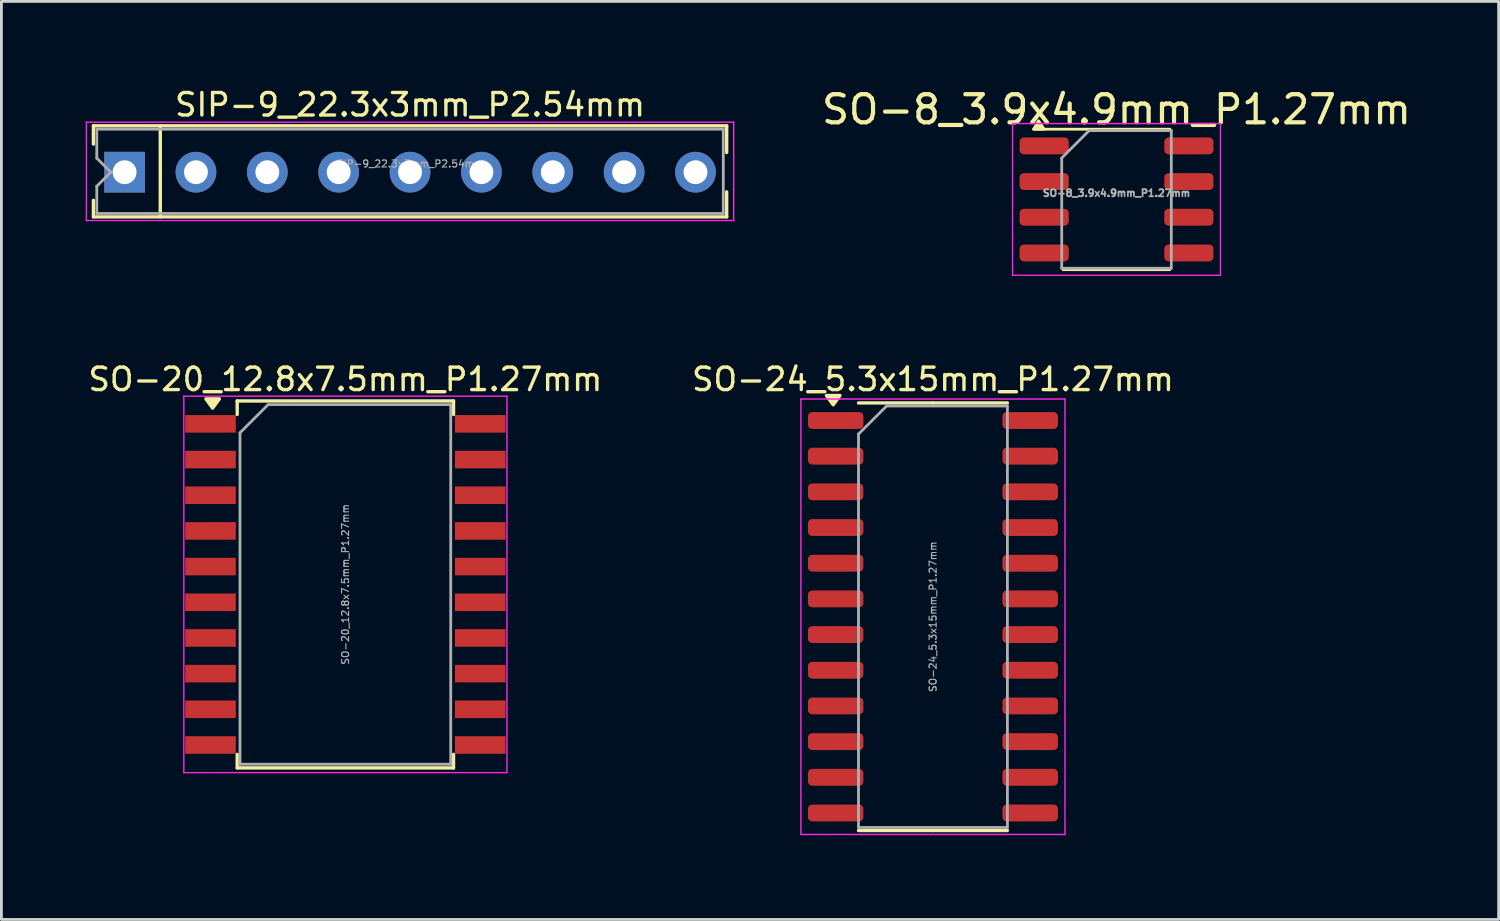
<source format=kicad_pcb>
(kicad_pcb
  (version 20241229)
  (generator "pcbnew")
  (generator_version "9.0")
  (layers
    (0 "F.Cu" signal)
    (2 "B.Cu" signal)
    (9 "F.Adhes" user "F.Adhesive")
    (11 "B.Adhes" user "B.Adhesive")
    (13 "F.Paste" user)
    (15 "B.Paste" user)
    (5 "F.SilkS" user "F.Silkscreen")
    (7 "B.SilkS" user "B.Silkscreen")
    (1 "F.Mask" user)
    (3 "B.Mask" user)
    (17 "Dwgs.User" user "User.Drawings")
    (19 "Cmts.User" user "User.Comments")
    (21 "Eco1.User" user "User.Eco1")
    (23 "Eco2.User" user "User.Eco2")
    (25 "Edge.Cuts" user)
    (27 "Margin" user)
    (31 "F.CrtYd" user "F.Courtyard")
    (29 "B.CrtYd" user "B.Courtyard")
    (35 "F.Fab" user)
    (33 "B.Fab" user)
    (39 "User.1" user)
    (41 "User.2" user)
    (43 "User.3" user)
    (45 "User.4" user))
  (footprint "SO-8_3.9x4.9mm_P1.27mm"
    (layer "F.Cu")
    (at 36.691 4.048)
    (property "Reference" "SO-8_3.9x4.9mm_P1.27mm" (at 0 -3.2 0) (layer "F.SilkS") (effects (font (size 1 1) (thickness 0.15))))
    (attr smd)
    (fp_line (start -1.9 2.5) (end 1.9 2.5) (stroke (width 0.1) (type solid)) (layer "F.SilkS"))
    (fp_line (start 0 -2.5) (end -2.95 -2.5) (stroke (width 0.1) (type solid)) (layer "F.SilkS"))
    (fp_line (start 0 -2.5) (end 1.9 -2.5) (stroke (width 0.1) (type solid)) (layer "F.SilkS"))
    (fp_poly (pts (xy -2.95 -2.5) (xy -2.775 -2.8) (xy -2.575 -2.5)) (stroke (width 0.1) (type solid)) (fill yes) (layer "F.SilkS"))
    (fp_line (start -3.7 -2.7) (end -3.7 2.7) (stroke (width 0.05) (type solid)) (layer "F.CrtYd"))
    (fp_line (start -3.7 2.7) (end 3.7 2.7) (stroke (width 0.05) (type solid)) (layer "F.CrtYd"))
    (fp_line (start 3.7 -2.7) (end -3.7 -2.7) (stroke (width 0.05) (type solid)) (layer "F.CrtYd"))
    (fp_line (start 3.7 2.7) (end 3.7 -2.7) (stroke (width 0.05) (type solid)) (layer "F.CrtYd"))
    (fp_line (start -1.95 -1.475) (end -0.975 -2.45) (stroke (width 0.1) (type solid)) (layer "F.Fab"))
    (fp_line (start -1.95 2.45) (end -1.95 -1.475) (stroke (width 0.1) (type solid)) (layer "F.Fab"))
    (fp_line (start -0.975 -2.45) (end 1.95 -2.45) (stroke (width 0.1) (type solid)) (layer "F.Fab"))
    (fp_line (start 1.95 -2.45) (end 1.95 2.45) (stroke (width 0.1) (type solid)) (layer "F.Fab"))
    (fp_line (start 1.95 2.45) (end -1.95 2.45) (stroke (width 0.1) (type solid)) (layer "F.Fab"))
    (fp_text user "${REFERENCE}" (at 0 -0.225 0) (layer "F.Fab") (effects (font (size 0.25 0.25) (thickness 0.062))))
    (pad "1" smd roundrect (at -2.575 -1.905) (size 1.75 0.6) (layers "F.Cu" "F.Mask" "F.Paste") (roundrect_rratio 0.25))
    (pad "2" smd roundrect (at -2.575 -0.635) (size 1.75 0.6) (layers "F.Cu" "F.Mask" "F.Paste") (roundrect_rratio 0.25))
    (pad "3" smd roundrect (at -2.575 0.635) (size 1.75 0.6) (layers "F.Cu" "F.Mask" "F.Paste") (roundrect_rratio 0.25))
    (pad "4" smd roundrect (at -2.575 1.905) (size 1.75 0.6) (layers "F.Cu" "F.Mask" "F.Paste") (roundrect_rratio 0.25))
    (pad "5" smd roundrect (at 2.575 1.905) (size 1.75 0.6) (layers "F.Cu" "F.Mask" "F.Paste") (roundrect_rratio 0.25))
    (pad "6" smd roundrect (at 2.575 0.635) (size 1.75 0.6) (layers "F.Cu" "F.Mask" "F.Paste") (roundrect_rratio 0.25))
    (pad "7" smd roundrect (at 2.575 -0.635) (size 1.75 0.6) (layers "F.Cu" "F.Mask" "F.Paste") (roundrect_rratio 0.25))
    (pad "8" smd roundrect (at 2.575 -1.905) (size 1.75 0.6) (layers "F.Cu" "F.Mask" "F.Paste") (roundrect_rratio 0.25)))
  (footprint "SO-24_5.3x15mm_P1.27mm"
    (layer "F.Cu")
    (at 30.157 18.902)
    (property "Reference" "SO-24_5.3x15mm_P1.27mm" (at 0 -8.45 0) (layer "F.SilkS") (effects (font (size 0.8 0.8) (thickness 0.12))))
    (attr smd)
    (fp_line (start 0 -7.61) (end -2.65 -7.61) (stroke (width 0.12) (type solid)) (layer "F.SilkS"))
    (fp_line (start 0 -7.61) (end 2.65 -7.61) (stroke (width 0.12) (type solid)) (layer "F.SilkS"))
    (fp_line (start 0 7.61) (end -2.65 7.61) (stroke (width 0.12) (type solid)) (layer "F.SilkS"))
    (fp_line (start 0 7.61) (end 2.65 7.61) (stroke (width 0.12) (type solid)) (layer "F.SilkS"))
    (fp_poly (pts (xy -3.55 -7.545) (xy -3.79 -7.875) (xy -3.31 -7.875) (xy -3.55 -7.545)) (stroke (width 0.12) (type solid)) (fill yes) (layer "F.SilkS"))
    (fp_line (start -4.7 -7.75) (end -4.7 7.75) (stroke (width 0.05) (type solid)) (layer "F.CrtYd"))
    (fp_line (start -4.7 7.75) (end 4.7 7.75) (stroke (width 0.05) (type solid)) (layer "F.CrtYd"))
    (fp_line (start 4.7 -7.75) (end -4.7 -7.75) (stroke (width 0.05) (type solid)) (layer "F.CrtYd"))
    (fp_line (start 4.7 7.75) (end 4.7 -7.75) (stroke (width 0.05) (type solid)) (layer "F.CrtYd"))
    (fp_line (start -2.65 -6.5) (end -1.65 -7.5) (stroke (width 0.1) (type solid)) (layer "F.Fab"))
    (fp_line (start -2.65 7.5) (end -2.65 -6.5) (stroke (width 0.1) (type solid)) (layer "F.Fab"))
    (fp_line (start -1.65 -7.5) (end 2.65 -7.5) (stroke (width 0.1) (type solid)) (layer "F.Fab"))
    (fp_line (start 2.65 -7.5) (end 2.65 7.5) (stroke (width 0.1) (type solid)) (layer "F.Fab"))
    (fp_line (start 2.65 7.5) (end -2.65 7.5) (stroke (width 0.1) (type solid)) (layer "F.Fab"))
    (fp_text user "${REFERENCE}" (at 0 0 90) (layer "F.Fab") (effects (font (size 0.25 0.25) (thickness 0.04))))
    (pad "1" smd roundrect (at -3.462 -6.985) (size 1.975 0.6) (layers "F.Cu" "F.Mask" "F.Paste") (roundrect_rratio 0.25))
    (pad "2" smd roundrect (at -3.462 -5.715) (size 1.975 0.6) (layers "F.Cu" "F.Mask" "F.Paste") (roundrect_rratio 0.25))
    (pad "3" smd roundrect (at -3.462 -4.445) (size 1.975 0.6) (layers "F.Cu" "F.Mask" "F.Paste") (roundrect_rratio 0.25))
    (pad "4" smd roundrect (at -3.462 -3.175) (size 1.975 0.6) (layers "F.Cu" "F.Mask" "F.Paste") (roundrect_rratio 0.25))
    (pad "5" smd roundrect (at -3.462 -1.905) (size 1.975 0.6) (layers "F.Cu" "F.Mask" "F.Paste") (roundrect_rratio 0.25))
    (pad "6" smd roundrect (at -3.462 -0.635) (size 1.975 0.6) (layers "F.Cu" "F.Mask" "F.Paste") (roundrect_rratio 0.25))
    (pad "7" smd roundrect (at -3.462 0.635) (size 1.975 0.6) (layers "F.Cu" "F.Mask" "F.Paste") (roundrect_rratio 0.25))
    (pad "8" smd roundrect (at -3.462 1.905) (size 1.975 0.6) (layers "F.Cu" "F.Mask" "F.Paste") (roundrect_rratio 0.25))
    (pad "9" smd roundrect (at -3.462 3.175) (size 1.975 0.6) (layers "F.Cu" "F.Mask" "F.Paste") (roundrect_rratio 0.25))
    (pad "10" smd roundrect (at -3.462 4.445) (size 1.975 0.6) (layers "F.Cu" "F.Mask" "F.Paste") (roundrect_rratio 0.25))
    (pad "11" smd roundrect (at -3.462 5.715) (size 1.975 0.6) (layers "F.Cu" "F.Mask" "F.Paste") (roundrect_rratio 0.25))
    (pad "12" smd roundrect (at -3.462 6.985) (size 1.975 0.6) (layers "F.Cu" "F.Mask" "F.Paste") (roundrect_rratio 0.25))
    (pad "13" smd roundrect (at 3.462 6.985) (size 1.975 0.6) (layers "F.Cu" "F.Mask" "F.Paste") (roundrect_rratio 0.25))
    (pad "14" smd roundrect (at 3.462 5.715) (size 1.975 0.6) (layers "F.Cu" "F.Mask" "F.Paste") (roundrect_rratio 0.25))
    (pad "15" smd roundrect (at 3.462 4.445) (size 1.975 0.6) (layers "F.Cu" "F.Mask" "F.Paste") (roundrect_rratio 0.25))
    (pad "16" smd roundrect (at 3.462 3.175) (size 1.975 0.6) (layers "F.Cu" "F.Mask" "F.Paste") (roundrect_rratio 0.25))
    (pad "17" smd roundrect (at 3.462 1.905) (size 1.975 0.6) (layers "F.Cu" "F.Mask" "F.Paste") (roundrect_rratio 0.25))
    (pad "18" smd roundrect (at 3.462 0.635) (size 1.975 0.6) (layers "F.Cu" "F.Mask" "F.Paste") (roundrect_rratio 0.25))
    (pad "19" smd roundrect (at 3.462 -0.635) (size 1.975 0.6) (layers "F.Cu" "F.Mask" "F.Paste") (roundrect_rratio 0.25))
    (pad "20" smd roundrect (at 3.462 -1.905) (size 1.975 0.6) (layers "F.Cu" "F.Mask" "F.Paste") (roundrect_rratio 0.25))
    (pad "21" smd roundrect (at 3.462 -3.175) (size 1.975 0.6) (layers "F.Cu" "F.Mask" "F.Paste") (roundrect_rratio 0.25))
    (pad "22" smd roundrect (at 3.462 -4.445) (size 1.975 0.6) (layers "F.Cu" "F.Mask" "F.Paste") (roundrect_rratio 0.25))
    (pad "23" smd roundrect (at 3.462 -5.715) (size 1.975 0.6) (layers "F.Cu" "F.Mask" "F.Paste") (roundrect_rratio 0.25))
    (pad "24" smd roundrect (at 3.462 -6.985) (size 1.975 0.6) (layers "F.Cu" "F.Mask" "F.Paste") (roundrect_rratio 0.25)))
  (footprint "SO-20_12.8x7.5mm_P1.27mm"
    (layer "F.Cu")
    (at 9.243 17.752)
    (property "Reference" "SO-20_12.8x7.5mm_P1.27mm" (at 0 -7.3 0) (layer "F.SilkS") (effects (font (size 0.8 0.8) (thickness 0.12))))
    (attr smd)
    (fp_line (start -3.85 -6.53) (end 3.85 -6.53) (stroke (width 0.12) (type solid)) (layer "F.SilkS"))
    (fp_line (start -3.85 -6.05) (end -3.85 -6.53) (stroke (width 0.12) (type solid)) (layer "F.SilkS"))
    (fp_line (start -3.85 6.53) (end -3.85 6.05) (stroke (width 0.12) (type solid)) (layer "F.SilkS"))
    (fp_line (start -3.85 6.53) (end 3.85 6.53) (stroke (width 0.12) (type solid)) (layer "F.SilkS"))
    (fp_line (start 3.85 -6.05) (end 3.85 -6.53) (stroke (width 0.12) (type solid)) (layer "F.SilkS"))
    (fp_line (start 3.85 6.05) (end 3.85 6.53) (stroke (width 0.12) (type solid)) (layer "F.SilkS"))
    (fp_poly (pts (xy -4.725 -6.275) (xy -4.965 -6.605) (xy -4.485 -6.605) (xy -4.725 -6.275)) (stroke (width 0.12) (type solid)) (fill yes) (layer "F.SilkS"))
    (fp_line (start -5.75 -6.7) (end 5.75 -6.7) (stroke (width 0.05) (type solid)) (layer "F.CrtYd"))
    (fp_line (start -5.75 6.7) (end -5.75 -6.7) (stroke (width 0.05) (type solid)) (layer "F.CrtYd"))
    (fp_line (start 5.75 -6.7) (end 5.75 6.7) (stroke (width 0.05) (type solid)) (layer "F.CrtYd"))
    (fp_line (start 5.75 6.7) (end -5.75 6.7) (stroke (width 0.05) (type solid)) (layer "F.CrtYd"))
    (fp_line (start -3.75 -5.4) (end -2.75 -6.4) (stroke (width 0.1) (type solid)) (layer "F.Fab"))
    (fp_line (start -3.75 6.4) (end -3.75 -5.4) (stroke (width 0.1) (type solid)) (layer "F.Fab"))
    (fp_line (start -2.75 -6.4) (end 3.75 -6.4) (stroke (width 0.1) (type solid)) (layer "F.Fab"))
    (fp_line (start 3.75 -6.4) (end 3.75 6.4) (stroke (width 0.1) (type solid)) (layer "F.Fab"))
    (fp_line (start 3.75 6.4) (end -3.75 6.4) (stroke (width 0.1) (type solid)) (layer "F.Fab"))
    (fp_text user "${REFERENCE}" (at 0 0 90) (layer "F.Fab") (effects (font (size 0.25 0.25) (thickness 0.04))))
    (pad "1" smd rect (at -4.8 -5.715) (size 1.8 0.625) (layers "F.Cu" "F.Mask" "F.Paste"))
    (pad "2" smd rect (at -4.8 -4.445) (size 1.8 0.625) (layers "F.Cu" "F.Mask" "F.Paste"))
    (pad "3" smd rect (at -4.8 -3.175) (size 1.8 0.625) (layers "F.Cu" "F.Mask" "F.Paste"))
    (pad "4" smd rect (at -4.8 -1.905) (size 1.8 0.625) (layers "F.Cu" "F.Mask" "F.Paste"))
    (pad "5" smd rect (at -4.8 -0.635) (size 1.8 0.625) (layers "F.Cu" "F.Mask" "F.Paste"))
    (pad "6" smd rect (at -4.8 0.635) (size 1.8 0.625) (layers "F.Cu" "F.Mask" "F.Paste"))
    (pad "7" smd rect (at -4.8 1.905) (size 1.8 0.625) (layers "F.Cu" "F.Mask" "F.Paste"))
    (pad "8" smd rect (at -4.8 3.175) (size 1.8 0.625) (layers "F.Cu" "F.Mask" "F.Paste"))
    (pad "9" smd rect (at -4.8 4.445) (size 1.8 0.625) (layers "F.Cu" "F.Mask" "F.Paste"))
    (pad "10" smd rect (at -4.8 5.715) (size 1.8 0.625) (layers "F.Cu" "F.Mask" "F.Paste"))
    (pad "11" smd rect (at 4.8 5.715) (size 1.8 0.625) (layers "F.Cu" "F.Mask" "F.Paste"))
    (pad "12" smd rect (at 4.8 4.445) (size 1.8 0.625) (layers "F.Cu" "F.Mask" "F.Paste"))
    (pad "13" smd rect (at 4.8 3.175) (size 1.8 0.625) (layers "F.Cu" "F.Mask" "F.Paste"))
    (pad "14" smd rect (at 4.8 1.905) (size 1.8 0.625) (layers "F.Cu" "F.Mask" "F.Paste"))
    (pad "15" smd rect (at 4.8 0.635) (size 1.8 0.625) (layers "F.Cu" "F.Mask" "F.Paste"))
    (pad "16" smd rect (at 4.8 -0.635) (size 1.8 0.625) (layers "F.Cu" "F.Mask" "F.Paste"))
    (pad "17" smd rect (at 4.8 -1.905) (size 1.8 0.625) (layers "F.Cu" "F.Mask" "F.Paste"))
    (pad "18" smd rect (at 4.8 -3.175) (size 1.8 0.625) (layers "F.Cu" "F.Mask" "F.Paste"))
    (pad "19" smd rect (at 4.8 -4.445) (size 1.8 0.625) (layers "F.Cu" "F.Mask" "F.Paste"))
    (pad "20" smd rect (at 4.8 -5.715) (size 1.8 0.625) (layers "F.Cu" "F.Mask" "F.Paste")))
  (footprint "SIP-9_22.3x3mm_P2.54mm"
    (layer "F.Cu")
    (at 1.385 3.079)
    (property "Reference" "SIP-9_22.3x3mm_P2.54mm" (at 10.16 -2.4 0) (layer "F.SilkS") (effects (font (size 0.8 0.8) (thickness 0.12))))
    (attr through_hole)
    (fp_line (start -1.11 -1.65) (end -1.11 -1) (stroke (width 0.12) (type solid)) (layer "F.SilkS"))
    (fp_line (start -1.11 1.59) (end -1.11 1) (stroke (width 0.12) (type solid)) (layer "F.SilkS"))
    (fp_line (start 1.27 1.59) (end 1.27 -1.65) (stroke (width 0.12) (type solid)) (layer "F.SilkS"))
    (fp_line (start 21.43 -1.65) (end -1.11 -1.65) (stroke (width 0.12) (type solid)) (layer "F.SilkS"))
    (fp_line (start 21.43 -1.65) (end 21.43 -0.7) (stroke (width 0.12) (type solid)) (layer "F.SilkS"))
    (fp_line (start 21.43 1.59) (end -1.11 1.59) (stroke (width 0.12) (type solid)) (layer "F.SilkS"))
    (fp_line (start 21.43 1.59) (end 21.43 0.7) (stroke (width 0.12) (type solid)) (layer "F.SilkS"))
    (fp_line (start -1.36 -1.78) (end 21.68 -1.78) (stroke (width 0.05) (type solid)) (layer "F.CrtYd"))
    (fp_line (start -1.36 1.72) (end -1.36 -1.78) (stroke (width 0.05) (type solid)) (layer "F.CrtYd"))
    (fp_line (start 21.68 -1.78) (end 21.68 1.72) (stroke (width 0.05) (type solid)) (layer "F.CrtYd"))
    (fp_line (start 21.68 1.72) (end -1.36 1.72) (stroke (width 0.05) (type solid)) (layer "F.CrtYd"))
    (fp_line (start -0.99 -1.53) (end -0.99 -0.5) (stroke (width 0.1) (type solid)) (layer "F.Fab"))
    (fp_line (start -0.99 -0.5) (end -0.49 0) (stroke (width 0.1) (type solid)) (layer "F.Fab"))
    (fp_line (start -0.99 0.5) (end -0.99 1.47) (stroke (width 0.1) (type solid)) (layer "F.Fab"))
    (fp_line (start -0.49 0) (end -0.99 0.5) (stroke (width 0.1) (type solid)) (layer "F.Fab"))
    (fp_line (start 21.31 -1.53) (end -0.99 -1.53) (stroke (width 0.1) (type solid)) (layer "F.Fab"))
    (fp_line (start 21.31 -1.53) (end 21.31 1.47) (stroke (width 0.1) (type solid)) (layer "F.Fab"))
    (fp_line (start 21.31 1.47) (end -0.99 1.47) (stroke (width 0.1) (type solid)) (layer "F.Fab"))
    (fp_text user "${REFERENCE}" (at 10.16 -0.3 0) (layer "F.Fab") (effects (font (size 0.25 0.25) (thickness 0.04))))
    (pad "1" thru_hole rect (at 0 0 90) (size 1.45 1.45) (drill 0.85) (layers "*.Cu" "*.Mask"))
    (pad "2" thru_hole circle (at 2.54 0 90) (size 1.45 1.45) (drill 0.85) (layers "*.Cu" "*.Mask"))
    (pad "3" thru_hole circle (at 5.08 0 90) (size 1.45 1.45) (drill 0.85) (layers "*.Cu" "*.Mask"))
    (pad "4" thru_hole circle (at 7.62 0 90) (size 1.45 1.45) (drill 0.85) (layers "*.Cu" "*.Mask"))
    (pad "5" thru_hole circle (at 10.16 0 90) (size 1.45 1.45) (drill 0.85) (layers "*.Cu" "*.Mask"))
    (pad "6" thru_hole circle (at 12.7 0 90) (size 1.45 1.45) (drill 0.85) (layers "*.Cu" "*.Mask"))
    (pad "7" thru_hole circle (at 15.24 0 90) (size 1.45 1.45) (drill 0.85) (layers "*.Cu" "*.Mask"))
    (pad "8" thru_hole circle (at 17.78 0 90) (size 1.45 1.45) (drill 0.85) (layers "*.Cu" "*.Mask"))
    (pad "9" thru_hole circle (at 20.32 0 90) (size 1.45 1.45) (drill 0.85) (layers "*.Cu" "*.Mask")))
  (gr_rect
    (start -3 -3)
    (end 50.292 29.677)
    (stroke (width 0.1) (type default))
    (fill no)
    (layer "Edge.Cuts")))
</source>
